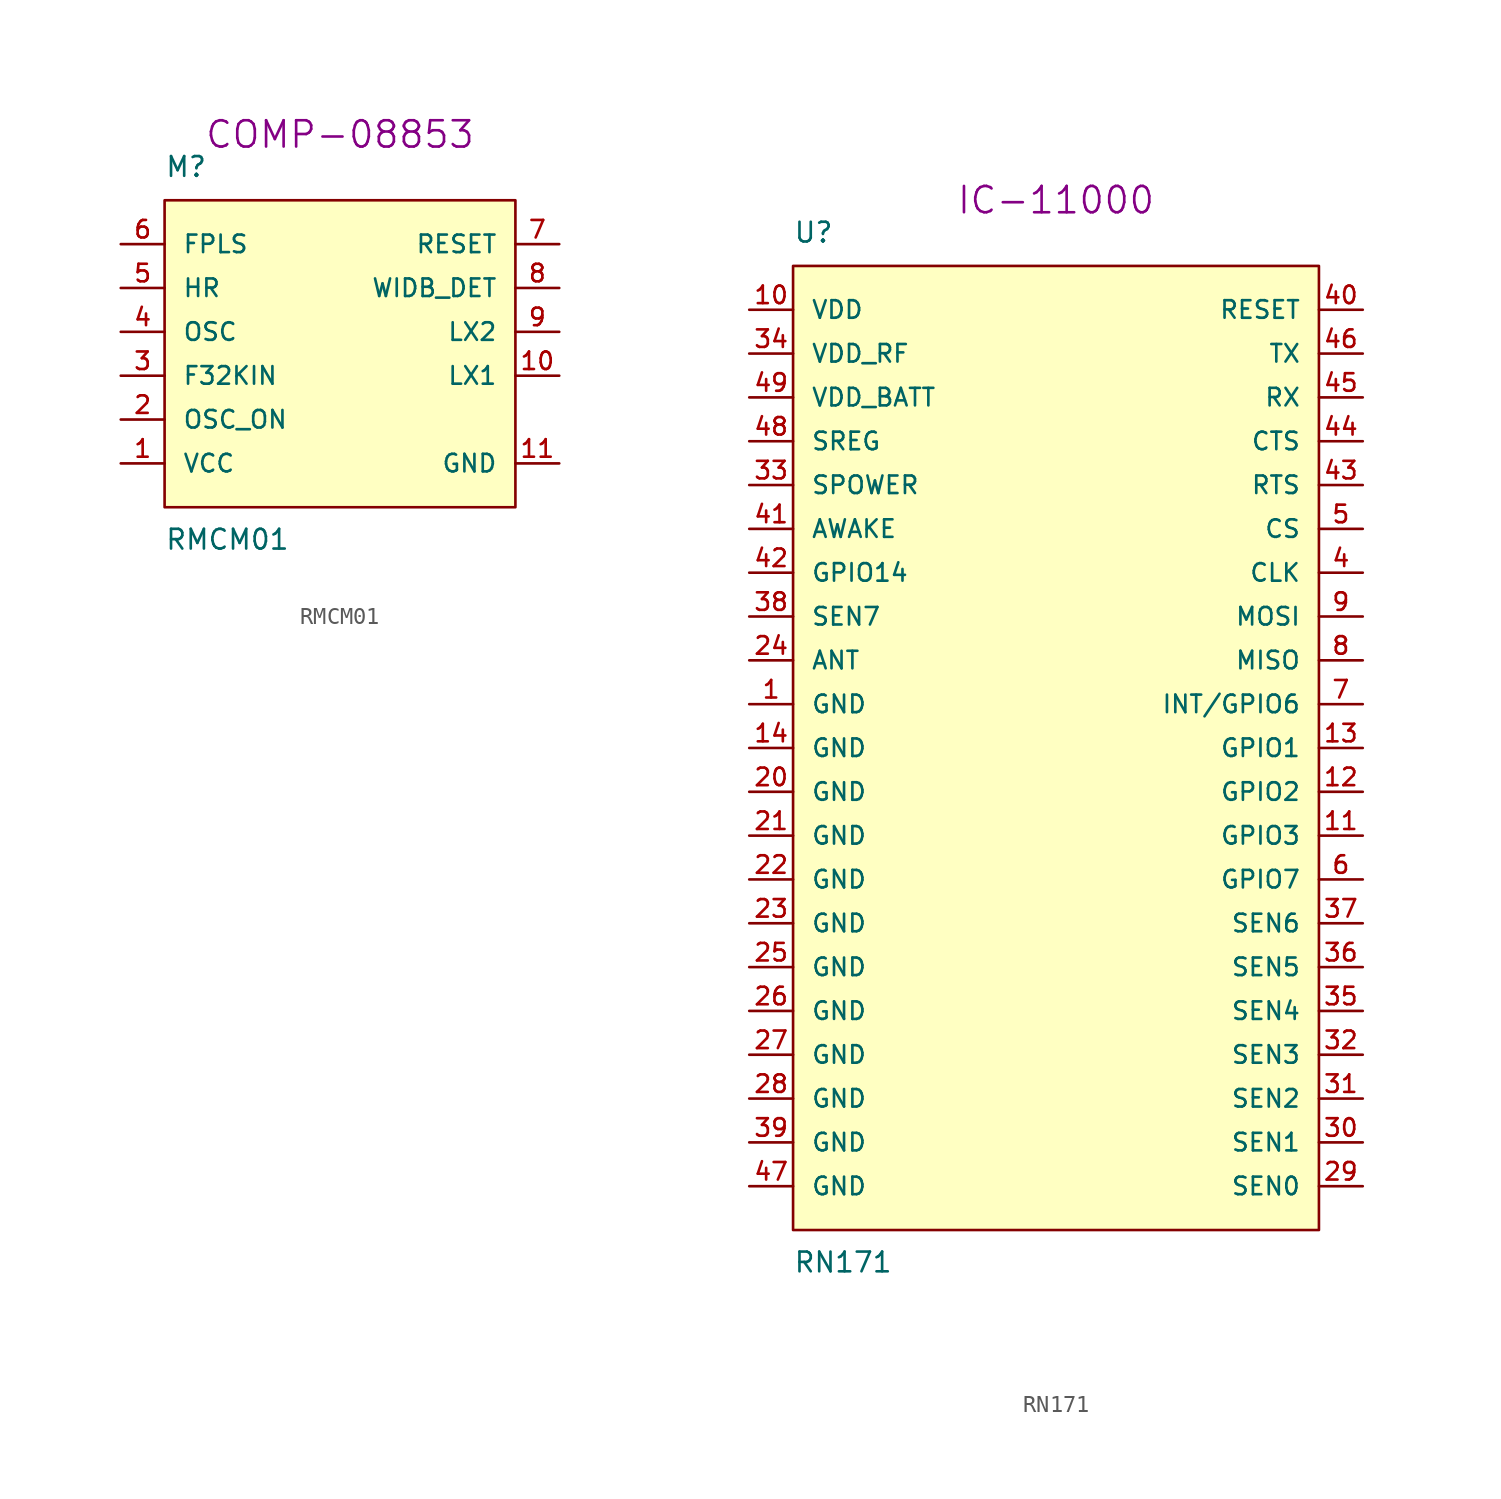
<source format=kicad_sym>
(kicad_symbol_lib
  (version 20201005)
  (generator kicad_symbol_editor)
  (symbol "RMCM01"
    (pin_names
      (offset 1.016))
    (property "Reference" "M"
      (at -10.16 8.89 0)
      (effects (font (size 1.143 1.143)) (justify left bottom)))
    (property "Value" "RMCM01"
      (at -10.16 -12.7 0)
      (effects (font (size 1.143 1.143)) (justify left bottom)))
    (property "Field4" "COMP-08853"
      (at 0 11.43 0)
      (effects (font (size 1.524 1.524))))
    (property "ki_locked" ""
      (at 0 0 0)
      (effects (font (size 1.27 1.27))))
    (symbol "RMCM01_1_1"
      (polyline (pts (xy -10.16 7.62) (xy 10.16 7.62) (xy 10.16 -10.16) (xy -10.16 -10.16) (xy -10.16 7.62)) (stroke (width 0)) (fill (type background)))
      (pin bidirectional line (at -12.7 -7.62 0) (length 2.54) (name "VCC" (effects (font (size 1.016 1.016)))) (number "1" (effects (font (size 1.016 1.016)))))
      (pin bidirectional line (at -12.7 -5.08 0) (length 2.54) (name "OSC_ON" (effects (font (size 1.016 1.016)))) (number "2" (effects (font (size 1.016 1.016)))))
      (pin bidirectional line (at -12.7 -2.54 0) (length 2.54) (name "F32KIN" (effects (font (size 1.016 1.016)))) (number "3" (effects (font (size 1.016 1.016)))))
      (pin bidirectional line (at -12.7 0 0) (length 2.54) (name "OSC" (effects (font (size 1.016 1.016)))) (number "4" (effects (font (size 1.016 1.016)))))
      (pin bidirectional line (at -12.7 2.54 0) (length 2.54) (name "HR" (effects (font (size 1.016 1.016)))) (number "5" (effects (font (size 1.016 1.016)))))
      (pin bidirectional line (at -12.7 5.08 0) (length 2.54) (name "FPLS" (effects (font (size 1.016 1.016)))) (number "6" (effects (font (size 1.016 1.016)))))
      (pin bidirectional line (at 12.7 5.08 180) (length 2.54) (name "RESET" (effects (font (size 1.016 1.016)))) (number "7" (effects (font (size 1.016 1.016)))))
      (pin bidirectional line (at 12.7 2.54 180) (length 2.54) (name "WIDB_DET" (effects (font (size 1.016 1.016)))) (number "8" (effects (font (size 1.016 1.016)))))
      (pin bidirectional line (at 12.7 0 180) (length 2.54) (name "LX2" (effects (font (size 1.016 1.016)))) (number "9" (effects (font (size 1.016 1.016)))))
      (pin bidirectional line (at 12.7 -2.54 180) (length 2.54) (name "LX1" (effects (font (size 1.016 1.016)))) (number "10" (effects (font (size 1.016 1.016)))))
      (pin bidirectional line (at 12.7 -7.62 180) (length 2.54) (name "GND" (effects (font (size 1.016 1.016)))) (number "11" (effects (font (size 1.016 1.016)))))))
  (symbol "RN171"
    (pin_names
      (offset 1.016))
    (property "Reference" "U"
      (at -15.24 29.21 0)
      (effects (font (size 1.143 1.143)) (justify left bottom)))
    (property "Value" "RN171"
      (at -15.24 -30.48 0)
      (effects (font (size 1.143 1.143)) (justify left bottom)))
    (property "Field4" "IC-11000"
      (at 0 31.75 0)
      (effects (font (size 1.524 1.524))))
    (property "ki_locked" ""
      (at 0 0 0)
      (effects (font (size 1.27 1.27))))
    (symbol "RN171_1_1"
      (polyline (pts (xy -15.24 -27.94) (xy 15.24 -27.94) (xy 15.24 27.94) (xy -15.24 27.94) (xy -15.24 -27.94)) (stroke (width 0)) (fill (type background)))
      (pin bidirectional line (at -17.78 2.54 0) (length 2.54) (name "GND" (effects (font (size 1.016 1.016)))) (number "1" (effects (font (size 1.016 1.016)))))
      (pin bidirectional line (at 17.78 10.16 180) (length 2.54) (name "CLK" (effects (font (size 1.016 1.016)))) (number "4" (effects (font (size 1.016 1.016)))))
      (pin bidirectional line (at 17.78 12.7 180) (length 2.54) (name "CS" (effects (font (size 1.016 1.016)))) (number "5" (effects (font (size 1.016 1.016)))))
      (pin bidirectional line (at 17.78 -7.62 180) (length 2.54) (name "GPIO7" (effects (font (size 1.016 1.016)))) (number "6" (effects (font (size 1.016 1.016)))))
      (pin bidirectional line (at 17.78 2.54 180) (length 2.54) (name "INT/GPIO6" (effects (font (size 1.016 1.016)))) (number "7" (effects (font (size 1.016 1.016)))))
      (pin bidirectional line (at 17.78 5.08 180) (length 2.54) (name "MISO" (effects (font (size 1.016 1.016)))) (number "8" (effects (font (size 1.016 1.016)))))
      (pin bidirectional line (at 17.78 7.62 180) (length 2.54) (name "MOSI" (effects (font (size 1.016 1.016)))) (number "9" (effects (font (size 1.016 1.016)))))
      (pin bidirectional line (at -17.78 25.4 0) (length 2.54) (name "VDD" (effects (font (size 1.016 1.016)))) (number "10" (effects (font (size 1.016 1.016)))))
      (pin bidirectional line (at -17.78 -2.54 0) (length 2.54) (name "GND" (effects (font (size 1.016 1.016)))) (number "20" (effects (font (size 1.016 1.016)))))
      (pin bidirectional line (at 17.78 -22.86 180) (length 2.54) (name "SEN1" (effects (font (size 1.016 1.016)))) (number "30" (effects (font (size 1.016 1.016)))))
      (pin bidirectional line (at 17.78 25.4 180) (length 2.54) (name "RESET" (effects (font (size 1.016 1.016)))) (number "40" (effects (font (size 1.016 1.016)))))
      (pin bidirectional line (at 17.78 -5.08 180) (length 2.54) (name "GPIO3" (effects (font (size 1.016 1.016)))) (number "11" (effects (font (size 1.016 1.016)))))
      (pin bidirectional line (at -17.78 -5.08 0) (length 2.54) (name "GND" (effects (font (size 1.016 1.016)))) (number "21" (effects (font (size 1.016 1.016)))))
      (pin bidirectional line (at 17.78 -20.32 180) (length 2.54) (name "SEN2" (effects (font (size 1.016 1.016)))) (number "31" (effects (font (size 1.016 1.016)))))
      (pin bidirectional line (at -17.78 12.7 0) (length 2.54) (name "AWAKE" (effects (font (size 1.016 1.016)))) (number "41" (effects (font (size 1.016 1.016)))))
      (pin bidirectional line (at 17.78 -2.54 180) (length 2.54) (name "GPIO2" (effects (font (size 1.016 1.016)))) (number "12" (effects (font (size 1.016 1.016)))))
      (pin bidirectional line (at -17.78 -7.62 0) (length 2.54) (name "GND" (effects (font (size 1.016 1.016)))) (number "22" (effects (font (size 1.016 1.016)))))
      (pin bidirectional line (at 17.78 -17.78 180) (length 2.54) (name "SEN3" (effects (font (size 1.016 1.016)))) (number "32" (effects (font (size 1.016 1.016)))))
      (pin bidirectional line (at -17.78 10.16 0) (length 2.54) (name "GPIO14" (effects (font (size 1.016 1.016)))) (number "42" (effects (font (size 1.016 1.016)))))
      (pin bidirectional line (at 17.78 0 180) (length 2.54) (name "GPIO1" (effects (font (size 1.016 1.016)))) (number "13" (effects (font (size 1.016 1.016)))))
      (pin bidirectional line (at -17.78 -10.16 0) (length 2.54) (name "GND" (effects (font (size 1.016 1.016)))) (number "23" (effects (font (size 1.016 1.016)))))
      (pin bidirectional line (at -17.78 15.24 0) (length 2.54) (name "SPOWER" (effects (font (size 1.016 1.016)))) (number "33" (effects (font (size 1.016 1.016)))))
      (pin bidirectional line (at 17.78 15.24 180) (length 2.54) (name "RTS" (effects (font (size 1.016 1.016)))) (number "43" (effects (font (size 1.016 1.016)))))
      (pin bidirectional line (at -17.78 0 0) (length 2.54) (name "GND" (effects (font (size 1.016 1.016)))) (number "14" (effects (font (size 1.016 1.016)))))
      (pin bidirectional line (at -17.78 5.08 0) (length 2.54) (name "ANT" (effects (font (size 1.016 1.016)))) (number "24" (effects (font (size 1.016 1.016)))))
      (pin bidirectional line (at -17.78 22.86 0) (length 2.54) (name "VDD_RF" (effects (font (size 1.016 1.016)))) (number "34" (effects (font (size 1.016 1.016)))))
      (pin bidirectional line (at 17.78 17.78 180) (length 2.54) (name "CTS" (effects (font (size 1.016 1.016)))) (number "44" (effects (font (size 1.016 1.016)))))
      (pin bidirectional line (at -17.78 -12.7 0) (length 2.54) (name "GND" (effects (font (size 1.016 1.016)))) (number "25" (effects (font (size 1.016 1.016)))))
      (pin bidirectional line (at 17.78 -15.24 180) (length 2.54) (name "SEN4" (effects (font (size 1.016 1.016)))) (number "35" (effects (font (size 1.016 1.016)))))
      (pin bidirectional line (at 17.78 20.32 180) (length 2.54) (name "RX" (effects (font (size 1.016 1.016)))) (number "45" (effects (font (size 1.016 1.016)))))
      (pin bidirectional line (at -17.78 -15.24 0) (length 2.54) (name "GND" (effects (font (size 1.016 1.016)))) (number "26" (effects (font (size 1.016 1.016)))))
      (pin bidirectional line (at 17.78 -12.7 180) (length 2.54) (name "SEN5" (effects (font (size 1.016 1.016)))) (number "36" (effects (font (size 1.016 1.016)))))
      (pin bidirectional line (at 17.78 22.86 180) (length 2.54) (name "TX" (effects (font (size 1.016 1.016)))) (number "46" (effects (font (size 1.016 1.016)))))
      (pin bidirectional line (at -17.78 -17.78 0) (length 2.54) (name "GND" (effects (font (size 1.016 1.016)))) (number "27" (effects (font (size 1.016 1.016)))))
      (pin bidirectional line (at 17.78 -10.16 180) (length 2.54) (name "SEN6" (effects (font (size 1.016 1.016)))) (number "37" (effects (font (size 1.016 1.016)))))
      (pin bidirectional line (at -17.78 -25.4 0) (length 2.54) (name "GND" (effects (font (size 1.016 1.016)))) (number "47" (effects (font (size 1.016 1.016)))))
      (pin bidirectional line (at -17.78 -20.32 0) (length 2.54) (name "GND" (effects (font (size 1.016 1.016)))) (number "28" (effects (font (size 1.016 1.016)))))
      (pin bidirectional line (at -17.78 7.62 0) (length 2.54) (name "SEN7" (effects (font (size 1.016 1.016)))) (number "38" (effects (font (size 1.016 1.016)))))
      (pin bidirectional line (at -17.78 17.78 0) (length 2.54) (name "SREG" (effects (font (size 1.016 1.016)))) (number "48" (effects (font (size 1.016 1.016)))))
      (pin bidirectional line (at 17.78 -25.4 180) (length 2.54) (name "SEN0" (effects (font (size 1.016 1.016)))) (number "29" (effects (font (size 1.016 1.016)))))
      (pin bidirectional line (at -17.78 -22.86 0) (length 2.54) (name "GND" (effects (font (size 1.016 1.016)))) (number "39" (effects (font (size 1.016 1.016)))))
      (pin bidirectional line (at -17.78 20.32 0) (length 2.54) (name "VDD_BATT" (effects (font (size 1.016 1.016)))) (number "49" (effects (font (size 1.016 1.016))))))))
</source>
